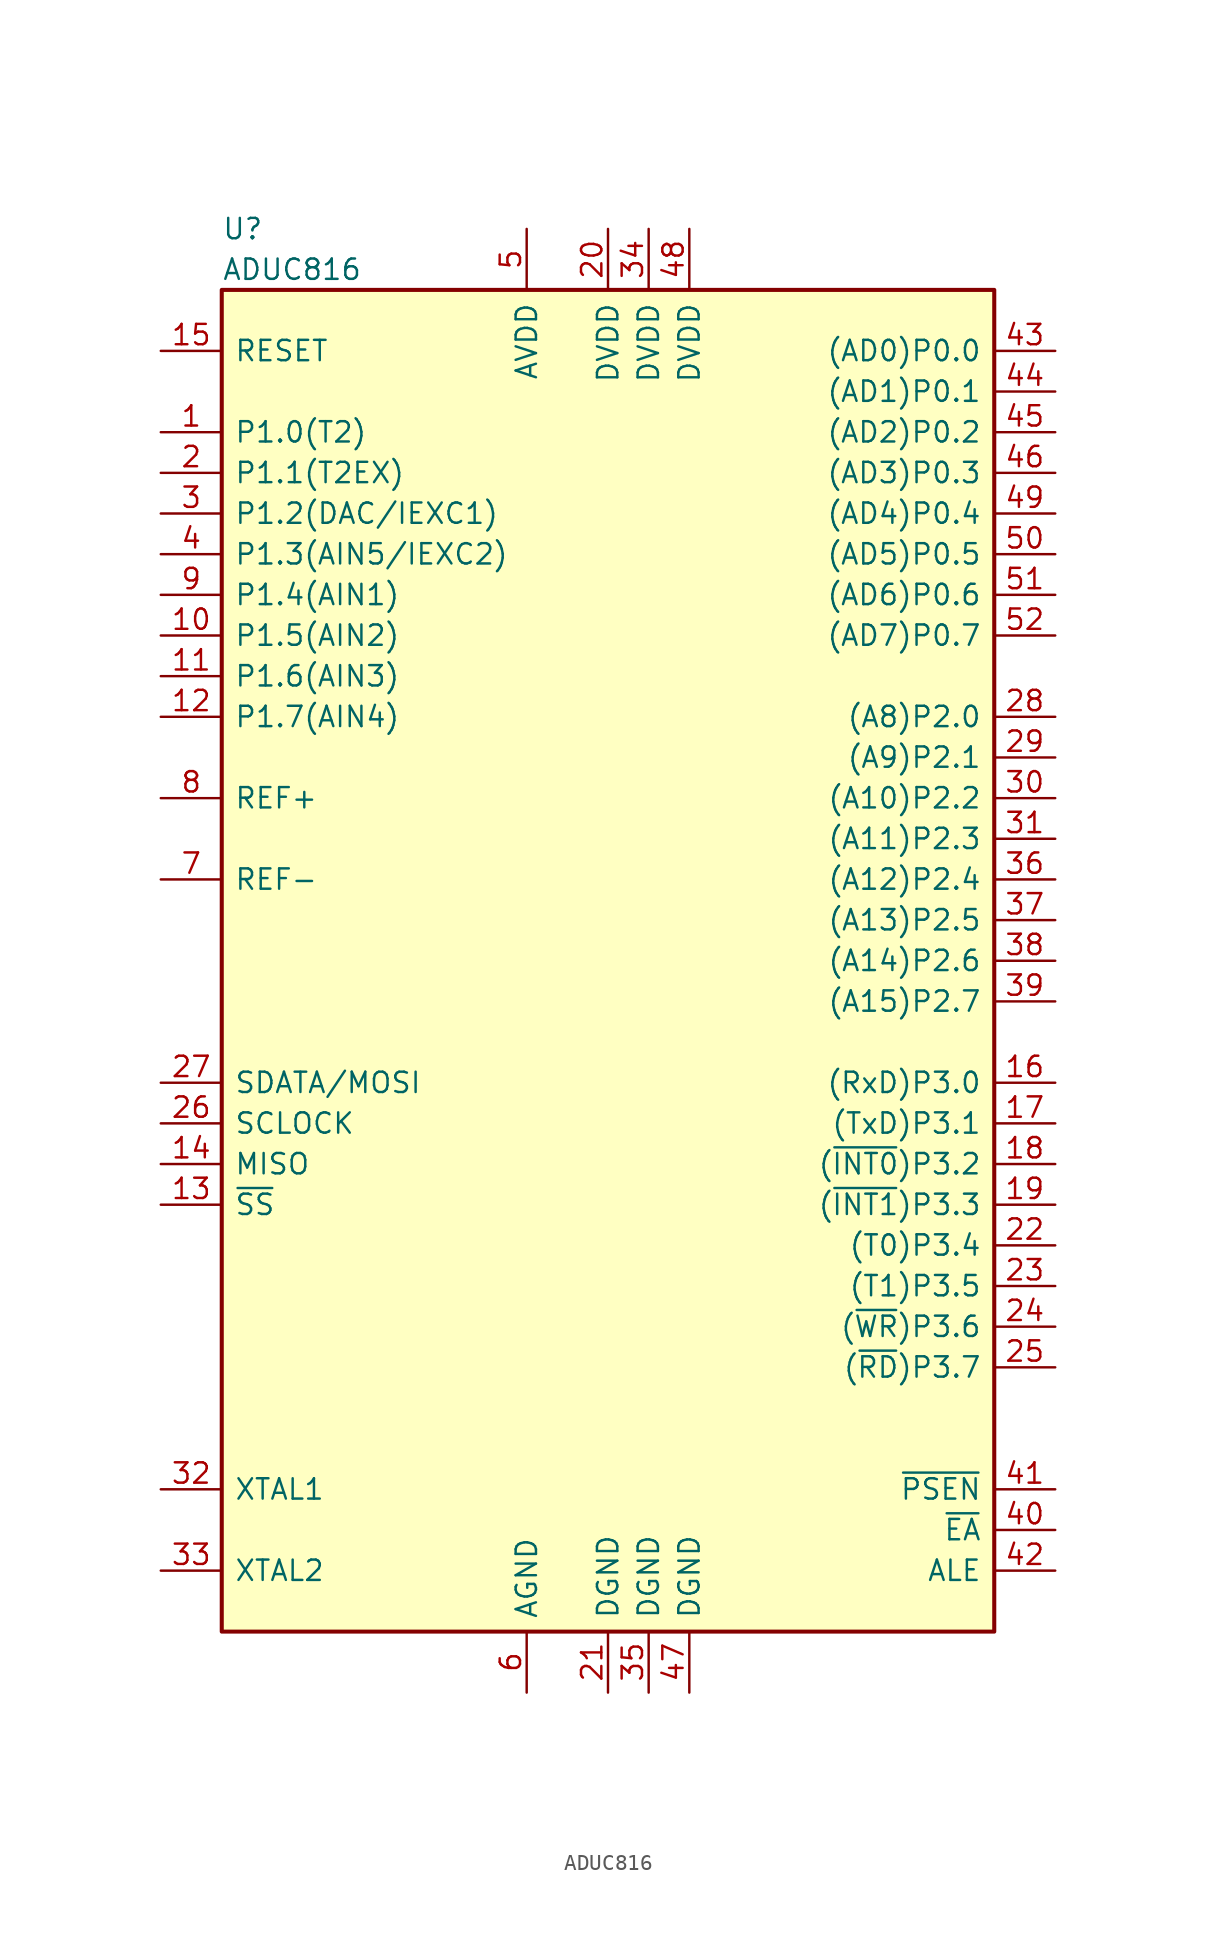
<source format=kicad_sym>
(kicad_symbol_lib
  (version 20231120)
  (generator "kicad_symbol_editor")
  (generator_version "8.0")
  (symbol "ADUC816"
    (pin_names
      (offset 0.762))
    (property "Reference" "U"
      (at -24.13 45.72 0)
      (effects (font (size 1.27 1.27)) (justify left)))
    (property "Value" "ADUC816"
      (at -24.13 43.18 0)
      (effects (font (size 1.27 1.27)) (justify left)))
    (symbol "ADUC816_0_1"
      (rectangle (start 24.13 -41.91) (end -24.13 41.91) (stroke (width 0.254) (type default)) (fill (type background))))
    (symbol "ADUC816_1_1"
      (pin bidirectional line (at -27.94 33.02 0) (length 3.81) (name "P1.0(T2)" (effects (font (size 1.27 1.27)))) (number "1" (effects (font (size 1.27 1.27)))))
      (pin input line (at -27.94 20.32 0) (length 3.81) (name "P1.5(AIN2)" (effects (font (size 1.27 1.27)))) (number "10" (effects (font (size 1.27 1.27)))))
      (pin input line (at -27.94 17.78 0) (length 3.81) (name "P1.6(AIN3)" (effects (font (size 1.27 1.27)))) (number "11" (effects (font (size 1.27 1.27)))))
      (pin bidirectional line (at -27.94 15.24 0) (length 3.81) (name "P1.7(AIN4)" (effects (font (size 1.27 1.27)))) (number "12" (effects (font (size 1.27 1.27)))))
      (pin input line (at -27.94 -15.24 0) (length 3.81) (name "~{SS}" (effects (font (size 1.27 1.27)))) (number "13" (effects (font (size 1.27 1.27)))))
      (pin input line (at -27.94 -12.7 0) (length 3.81) (name "MISO" (effects (font (size 1.27 1.27)))) (number "14" (effects (font (size 1.27 1.27)))))
      (pin input line (at -27.94 38.1 0) (length 3.81) (name "RESET" (effects (font (size 1.27 1.27)))) (number "15" (effects (font (size 1.27 1.27)))))
      (pin bidirectional line (at 27.94 -7.62 180) (length 3.81) (name "(RxD)P3.0" (effects (font (size 1.27 1.27)))) (number "16" (effects (font (size 1.27 1.27)))))
      (pin bidirectional line (at 27.94 -10.16 180) (length 3.81) (name "(TxD)P3.1" (effects (font (size 1.27 1.27)))) (number "17" (effects (font (size 1.27 1.27)))))
      (pin bidirectional line (at 27.94 -12.7 180) (length 3.81) (name "(~{INT0})P3.2" (effects (font (size 1.27 1.27)))) (number "18" (effects (font (size 1.27 1.27)))))
      (pin bidirectional line (at 27.94 -15.24 180) (length 3.81) (name "(~{INT1})P3.3" (effects (font (size 1.27 1.27)))) (number "19" (effects (font (size 1.27 1.27)))))
      (pin bidirectional line (at -27.94 30.48 0) (length 3.81) (name "P1.1(T2EX)" (effects (font (size 1.27 1.27)))) (number "2" (effects (font (size 1.27 1.27)))))
      (pin power_in line (at 0 45.72 270) (length 3.81) (name "DVDD" (effects (font (size 1.27 1.27)))) (number "20" (effects (font (size 1.27 1.27)))))
      (pin power_in line (at 0 -45.72 90) (length 3.81) (name "DGND" (effects (font (size 1.27 1.27)))) (number "21" (effects (font (size 1.27 1.27)))))
      (pin bidirectional line (at 27.94 -17.78 180) (length 3.81) (name "(T0)P3.4" (effects (font (size 1.27 1.27)))) (number "22" (effects (font (size 1.27 1.27)))))
      (pin bidirectional line (at 27.94 -20.32 180) (length 3.81) (name "(T1)P3.5" (effects (font (size 1.27 1.27)))) (number "23" (effects (font (size 1.27 1.27)))))
      (pin bidirectional line (at 27.94 -22.86 180) (length 3.81) (name "(~{WR})P3.6" (effects (font (size 1.27 1.27)))) (number "24" (effects (font (size 1.27 1.27)))))
      (pin bidirectional line (at 27.94 -25.4 180) (length 3.81) (name "(~{RD})P3.7" (effects (font (size 1.27 1.27)))) (number "25" (effects (font (size 1.27 1.27)))))
      (pin bidirectional line (at -27.94 -10.16 0) (length 3.81) (name "SCLOCK" (effects (font (size 1.27 1.27)))) (number "26" (effects (font (size 1.27 1.27)))))
      (pin bidirectional line (at -27.94 -7.62 0) (length 3.81) (name "SDATA/MOSI" (effects (font (size 1.27 1.27)))) (number "27" (effects (font (size 1.27 1.27)))))
      (pin bidirectional line (at 27.94 15.24 180) (length 3.81) (name "(A8)P2.0" (effects (font (size 1.27 1.27)))) (number "28" (effects (font (size 1.27 1.27)))))
      (pin bidirectional line (at 27.94 12.7 180) (length 3.81) (name "(A9)P2.1" (effects (font (size 1.27 1.27)))) (number "29" (effects (font (size 1.27 1.27)))))
      (pin bidirectional line (at -27.94 27.94 0) (length 3.81) (name "P1.2(DAC/IEXC1)" (effects (font (size 1.27 1.27)))) (number "3" (effects (font (size 1.27 1.27)))))
      (pin bidirectional line (at 27.94 10.16 180) (length 3.81) (name "(A10)P2.2" (effects (font (size 1.27 1.27)))) (number "30" (effects (font (size 1.27 1.27)))))
      (pin bidirectional line (at 27.94 7.62 180) (length 3.81) (name "(A11)P2.3" (effects (font (size 1.27 1.27)))) (number "31" (effects (font (size 1.27 1.27)))))
      (pin input line (at -27.94 -33.02 0) (length 3.81) (name "XTAL1" (effects (font (size 1.27 1.27)))) (number "32" (effects (font (size 1.27 1.27)))))
      (pin output line (at -27.94 -38.1 0) (length 3.81) (name "XTAL2" (effects (font (size 1.27 1.27)))) (number "33" (effects (font (size 1.27 1.27)))))
      (pin power_in line (at 2.54 45.72 270) (length 3.81) (name "DVDD" (effects (font (size 1.27 1.27)))) (number "34" (effects (font (size 1.27 1.27)))))
      (pin power_in line (at 2.54 -45.72 90) (length 3.81) (name "DGND" (effects (font (size 1.27 1.27)))) (number "35" (effects (font (size 1.27 1.27)))))
      (pin bidirectional line (at 27.94 5.08 180) (length 3.81) (name "(A12)P2.4" (effects (font (size 1.27 1.27)))) (number "36" (effects (font (size 1.27 1.27)))))
      (pin bidirectional line (at 27.94 2.54 180) (length 3.81) (name "(A13)P2.5" (effects (font (size 1.27 1.27)))) (number "37" (effects (font (size 1.27 1.27)))))
      (pin bidirectional line (at 27.94 0 180) (length 3.81) (name "(A14)P2.6" (effects (font (size 1.27 1.27)))) (number "38" (effects (font (size 1.27 1.27)))))
      (pin bidirectional line (at 27.94 -2.54 180) (length 3.81) (name "(A15)P2.7" (effects (font (size 1.27 1.27)))) (number "39" (effects (font (size 1.27 1.27)))))
      (pin bidirectional line (at -27.94 25.4 0) (length 3.81) (name "P1.3(AIN5/IEXC2)" (effects (font (size 1.27 1.27)))) (number "4" (effects (font (size 1.27 1.27)))))
      (pin bidirectional line (at 27.94 -35.56 180) (length 3.81) (name "~{EA}" (effects (font (size 1.27 1.27)))) (number "40" (effects (font (size 1.27 1.27)))))
      (pin output line (at 27.94 -33.02 180) (length 3.81) (name "~{PSEN}" (effects (font (size 1.27 1.27)))) (number "41" (effects (font (size 1.27 1.27)))))
      (pin output line (at 27.94 -38.1 180) (length 3.81) (name "ALE" (effects (font (size 1.27 1.27)))) (number "42" (effects (font (size 1.27 1.27)))))
      (pin tri_state line (at 27.94 38.1 180) (length 3.81) (name "(AD0)P0.0" (effects (font (size 1.27 1.27)))) (number "43" (effects (font (size 1.27 1.27)))))
      (pin tri_state line (at 27.94 35.56 180) (length 3.81) (name "(AD1)P0.1" (effects (font (size 1.27 1.27)))) (number "44" (effects (font (size 1.27 1.27)))))
      (pin tri_state line (at 27.94 33.02 180) (length 3.81) (name "(AD2)P0.2" (effects (font (size 1.27 1.27)))) (number "45" (effects (font (size 1.27 1.27)))))
      (pin tri_state line (at 27.94 30.48 180) (length 3.81) (name "(AD3)P0.3" (effects (font (size 1.27 1.27)))) (number "46" (effects (font (size 1.27 1.27)))))
      (pin power_in line (at 5.08 -45.72 90) (length 3.81) (name "DGND" (effects (font (size 1.27 1.27)))) (number "47" (effects (font (size 1.27 1.27)))))
      (pin power_in line (at 5.08 45.72 270) (length 3.81) (name "DVDD" (effects (font (size 1.27 1.27)))) (number "48" (effects (font (size 1.27 1.27)))))
      (pin tri_state line (at 27.94 27.94 180) (length 3.81) (name "(AD4)P0.4" (effects (font (size 1.27 1.27)))) (number "49" (effects (font (size 1.27 1.27)))))
      (pin power_in line (at -5.08 45.72 270) (length 3.81) (name "AVDD" (effects (font (size 1.27 1.27)))) (number "5" (effects (font (size 1.27 1.27)))))
      (pin tri_state line (at 27.94 25.4 180) (length 3.81) (name "(AD5)P0.5" (effects (font (size 1.27 1.27)))) (number "50" (effects (font (size 1.27 1.27)))))
      (pin tri_state line (at 27.94 22.86 180) (length 3.81) (name "(AD6)P0.6" (effects (font (size 1.27 1.27)))) (number "51" (effects (font (size 1.27 1.27)))))
      (pin tri_state line (at 27.94 20.32 180) (length 3.81) (name "(AD7)P0.7" (effects (font (size 1.27 1.27)))) (number "52" (effects (font (size 1.27 1.27)))))
      (pin power_in line (at -5.08 -45.72 90) (length 3.81) (name "AGND" (effects (font (size 1.27 1.27)))) (number "6" (effects (font (size 1.27 1.27)))))
      (pin passive line (at -27.94 5.08 0) (length 3.81) (name "REF-" (effects (font (size 1.27 1.27)))) (number "7" (effects (font (size 1.27 1.27)))))
      (pin passive line (at -27.94 10.16 0) (length 3.81) (name "REF+" (effects (font (size 1.27 1.27)))) (number "8" (effects (font (size 1.27 1.27)))))
      (pin input line (at -27.94 22.86 0) (length 3.81) (name "P1.4(AIN1)" (effects (font (size 1.27 1.27)))) (number "9" (effects (font (size 1.27 1.27))))))))
</source>
